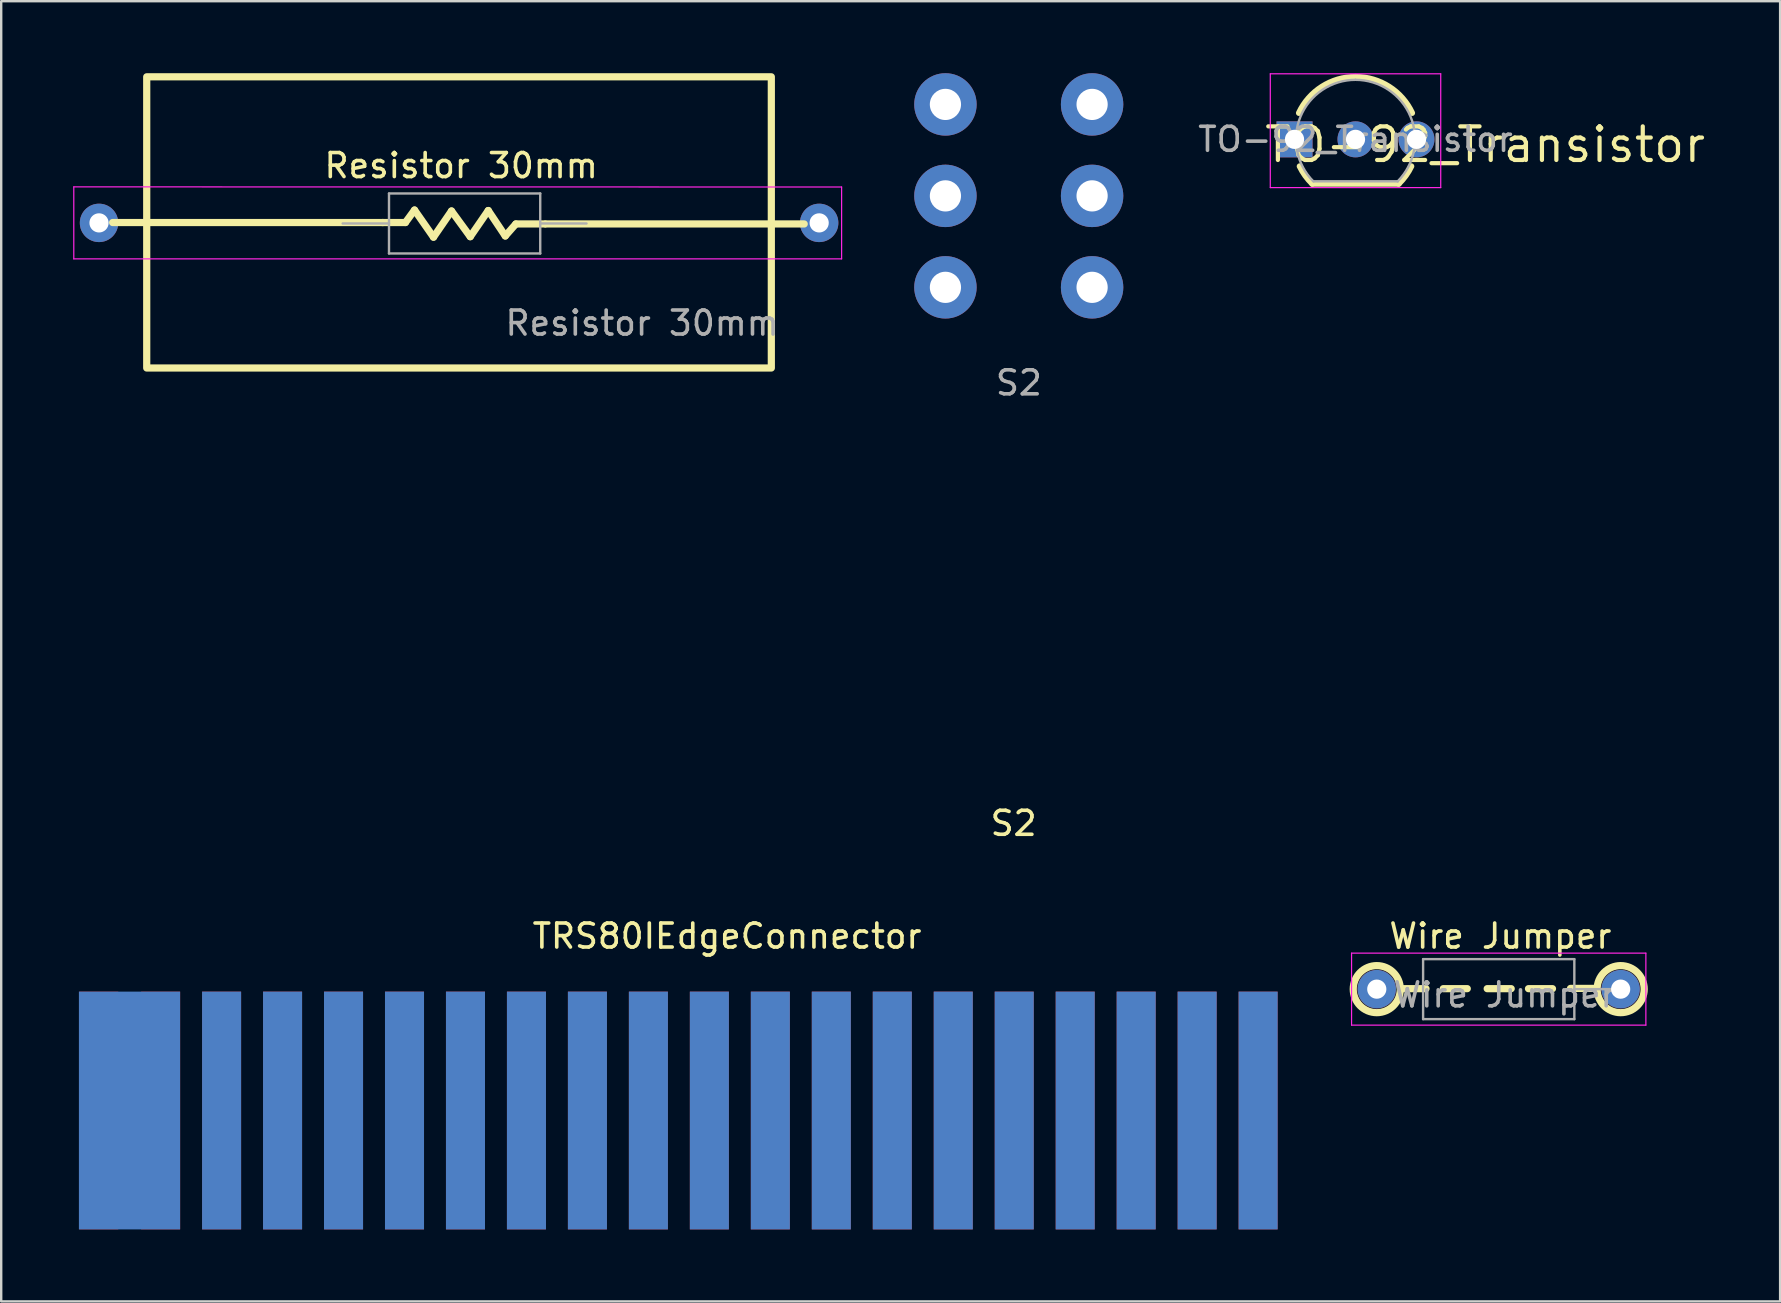
<source format=kicad_pcb>
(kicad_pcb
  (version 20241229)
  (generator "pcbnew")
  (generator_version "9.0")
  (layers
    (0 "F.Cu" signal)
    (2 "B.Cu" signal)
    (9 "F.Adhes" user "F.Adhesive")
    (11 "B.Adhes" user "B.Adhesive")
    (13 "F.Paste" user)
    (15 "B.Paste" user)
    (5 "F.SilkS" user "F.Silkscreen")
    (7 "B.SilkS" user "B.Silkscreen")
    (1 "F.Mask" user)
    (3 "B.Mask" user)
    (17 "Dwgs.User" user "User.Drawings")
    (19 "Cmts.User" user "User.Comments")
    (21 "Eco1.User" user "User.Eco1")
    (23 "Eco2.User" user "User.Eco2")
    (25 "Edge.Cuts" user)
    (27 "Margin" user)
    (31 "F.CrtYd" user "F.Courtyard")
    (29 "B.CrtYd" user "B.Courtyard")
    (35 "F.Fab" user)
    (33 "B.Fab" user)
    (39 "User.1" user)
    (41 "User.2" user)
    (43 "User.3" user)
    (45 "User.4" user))
  (footprint "TO-92_Transistor"
    (layer "F.Cu")
    (at 50.878 2.755)
    (property "Reference" "TO-92_Transistor" (at 7.94 0.22 0) (layer "F.SilkS") (effects (font (size 1.4 1.4) (thickness 0.175))))
    (attr through_hole)
    (fp_line (start 0.74 1.85) (end 4.34 1.85) (stroke (width 0.25) (type solid)) (layer "F.SilkS"))
    (fp_arc (start 0.1836 -1.098807) (mid 1.143021 -2.192817) (end 2.54 -2.6) (stroke (width 0.25) (type solid)) (layer "F.SilkS"))
    (fp_arc (start 0.74 1.85) (mid 0.446097 1.509328) (end 0.215816 1.122795) (stroke (width 0.25) (type solid)) (layer "F.SilkS"))
    (fp_arc (start 2.54 -2.6) (mid 3.936979 -2.192818) (end 4.8964 -1.098807) (stroke (width 0.25) (type solid)) (layer "F.SilkS"))
    (fp_arc (start 4.864184 1.122795) (mid 4.633903 1.509328) (end 4.34 1.85) (stroke (width 0.25) (type solid)) (layer "F.SilkS"))
    (fp_line (start -1.01 -2.73) (end -1.01 2.01) (stroke (width 0.05) (type solid)) (layer "F.CrtYd"))
    (fp_line (start -1.01 -2.73) (end 6.09 -2.73) (stroke (width 0.05) (type solid)) (layer "F.CrtYd"))
    (fp_line (start 6.09 2.01) (end -1.01 2.01) (stroke (width 0.05) (type solid)) (layer "F.CrtYd"))
    (fp_line (start 6.09 2.01) (end 6.09 -2.73) (stroke (width 0.05) (type solid)) (layer "F.CrtYd"))
    (fp_line (start 0.8 1.75) (end 4.3 1.75) (stroke (width 0.1) (type solid)) (layer "F.Fab"))
    (fp_arc (start 0.786375 1.753625) (mid 0.248779 -0.949055) (end 2.54 -2.48) (stroke (width 0.1) (type solid)) (layer "F.Fab"))
    (fp_arc (start 2.54 -2.48) (mid 4.831221 -0.949055) (end 4.293625 1.753625) (stroke (width 0.1) (type solid)) (layer "F.Fab"))
    (fp_text user "${REFERENCE}" (at 2.54 0 0) (layer "F.Fab") (effects (font (size 1 1) (thickness 0.15))))
    (pad "1" thru_hole rect (at 0 0) (size 1.5 1.5) (drill 0.8) (layers "*.Cu" "*.Mask"))
    (pad "2" thru_hole circle (at 2.54 0) (size 1.5 1.5) (drill 0.8) (layers "*.Cu" "*.Mask"))
    (pad "3" thru_hole circle (at 5.08 0) (size 1.5 1.5) (drill 0.8) (layers "*.Cu" "*.Mask")))
  (footprint "TRS80IEdgeConnector"
    (layer "F.Cu")
    (at 0.25 38.259)
    (property "Reference" "TRS80IEdgeConnector" (at 26.988 -2.313 0) (unlocked yes) (layer "F.SilkS") (effects (font (size 1 1) (thickness 0.15))))
    (attr through_hole)
    (pad "1" connect rect (at 49.111 4.953 180) (size 1.626 9.906) (layers "B.Cu" "B.Mask"))
    (pad "2" connect rect (at 49.111 4.953) (size 1.626 9.906) (layers "F.Cu" "F.Mask"))
    (pad "3" connect rect (at 46.571 4.953 180) (size 1.626 9.906) (layers "B.Cu" "B.Mask"))
    (pad "4" connect rect (at 46.571 4.953) (size 1.626 9.906) (layers "F.Cu" "F.Mask"))
    (pad "5" connect rect (at 44.031 4.953 180) (size 1.626 9.906) (layers "B.Cu" "B.Mask"))
    (pad "6" connect rect (at 44.031 4.953) (size 1.626 9.906) (layers "F.Cu" "F.Mask"))
    (pad "7" connect rect (at 41.491 4.953 180) (size 1.626 9.906) (layers "B.Cu" "B.Mask"))
    (pad "8" connect rect (at 41.491 4.953) (size 1.626 9.906) (layers "F.Cu" "F.Mask"))
    (pad "9" connect rect (at 38.951 4.953 180) (size 1.626 9.906) (layers "B.Cu" "B.Mask"))
    (pad "10" connect rect (at 38.951 4.953) (size 1.626 9.906) (layers "F.Cu" "F.Mask"))
    (pad "11" connect rect (at 36.411 4.953 180) (size 1.626 9.906) (layers "B.Cu" "B.Mask"))
    (pad "12" connect rect (at 36.411 4.953) (size 1.626 9.906) (layers "F.Cu" "F.Mask"))
    (pad "13" connect rect (at 33.871 4.953 180) (size 1.626 9.906) (layers "B.Cu" "B.Mask"))
    (pad "14" connect rect (at 33.871 4.953) (size 1.626 9.906) (layers "F.Cu" "F.Mask"))
    (pad "15" connect rect (at 31.331 4.953 180) (size 1.626 9.906) (layers "B.Cu" "B.Mask"))
    (pad "16" connect rect (at 31.331 4.953) (size 1.626 9.906) (layers "F.Cu" "F.Mask"))
    (pad "17" connect rect (at 28.791 4.953 180) (size 1.626 9.906) (layers "B.Cu" "B.Mask"))
    (pad "18" connect rect (at 28.791 4.953) (size 1.626 9.906) (layers "F.Cu" "F.Mask"))
    (pad "19" connect rect (at 26.251 4.953 180) (size 1.626 9.906) (layers "B.Cu" "B.Mask"))
    (pad "20" connect rect (at 26.251 4.953) (size 1.626 9.906) (layers "F.Cu" "F.Mask"))
    (pad "21" connect rect (at 23.711 4.953 180) (size 1.626 9.906) (layers "B.Cu" "B.Mask"))
    (pad "22" connect rect (at 23.711 4.953) (size 1.626 9.906) (layers "F.Cu" "F.Mask"))
    (pad "23" connect rect (at 21.171 4.953 180) (size 1.626 9.906) (layers "B.Cu" "B.Mask"))
    (pad "24" connect rect (at 21.171 4.953) (size 1.626 9.906) (layers "F.Cu" "F.Mask"))
    (pad "25" connect rect (at 18.631 4.953 180) (size 1.626 9.906) (layers "B.Cu" "B.Mask"))
    (pad "26" connect rect (at 18.631 4.953) (size 1.626 9.906) (layers "F.Cu" "F.Mask"))
    (pad "27" connect rect (at 16.091 4.953 180) (size 1.626 9.906) (layers "B.Cu" "B.Mask"))
    (pad "28" connect rect (at 16.091 4.953) (size 1.626 9.906) (layers "F.Cu" "F.Mask"))
    (pad "29" connect rect (at 13.551 4.953 180) (size 1.626 9.906) (layers "B.Cu" "B.Mask"))
    (pad "30" connect rect (at 13.551 4.953) (size 1.626 9.906) (layers "F.Cu" "F.Mask"))
    (pad "31" connect rect (at 11.011 4.953 180) (size 1.626 9.906) (layers "B.Cu" "B.Mask"))
    (pad "32" connect rect (at 11.011 4.953) (size 1.626 9.906) (layers "F.Cu" "F.Mask"))
    (pad "33" connect rect (at 8.471 4.953 180) (size 1.626 9.906) (layers "B.Cu" "B.Mask"))
    (pad "34" connect rect (at 8.471 4.953) (size 1.626 9.906) (layers "F.Cu" "F.Mask"))
    (pad "35" connect rect (at 5.931 4.953 180) (size 1.626 9.906) (layers "B.Cu" "B.Mask"))
    (pad "36" connect rect (at 5.931 4.953) (size 1.626 9.906) (layers "F.Cu" "F.Mask"))
    (pad "37" connect rect (at 2.095 4.953 180) (size 4.216 9.906) (layers "B.Cu" "B.Mask"))
    (pad "38" connect rect (at 3.391 4.953) (size 1.626 9.906) (layers "F.Cu" "F.Mask"))
    (pad "40" connect rect (at 0.813 4.953) (size 1.626 9.906) (layers "F.Cu" "F.Mask")))
  (footprint "Wire Jumper"
    (layer "F.Cu")
    (at 59.464 38.136)
    (property "Reference" "Wire Jumper" (at -0.01 -2.19 0) (unlocked yes) (layer "F.SilkS") (effects (font (size 1 1) (thickness 0.15))))
    (attr through_hole)
    (fp_line (start -4.11 0) (end -3.11 0) (stroke (width 0.3) (type default)) (layer "F.SilkS"))
    (fp_line (start -2.39 0) (end -1.39 0) (stroke (width 0.3) (type default)) (layer "F.SilkS"))
    (fp_line (start -0.56 0) (end 0.44 0) (stroke (width 0.3) (type default)) (layer "F.SilkS"))
    (fp_line (start 1.16 0) (end 2.16 0) (stroke (width 0.3) (type default)) (layer "F.SilkS"))
    (fp_line (start 2.91 -0.01) (end 3.91 -0.01) (stroke (width 0.3) (type default)) (layer "F.SilkS"))
    (fp_circle (center -5.16 0.02) (end -4.18 0.02) (stroke (width 0.3) (type default)) (fill no) (layer "F.SilkS"))
    (fp_circle (center 5 0.02) (end 5.98 0.02) (stroke (width 0.3) (type default)) (fill no) (layer "F.SilkS"))
    (fp_line (start -6.21 -1.48) (end -6.21 1.52) (stroke (width 0.05) (type solid)) (layer "F.CrtYd"))
    (fp_line (start -6.21 1.52) (end 6.05 1.52) (stroke (width 0.05) (type solid)) (layer "F.CrtYd"))
    (fp_line (start 6.05 -1.48) (end -6.21 -1.48) (stroke (width 0.05) (type solid)) (layer "F.CrtYd"))
    (fp_line (start 6.05 1.52) (end 6.05 -1.48) (stroke (width 0.05) (type solid)) (layer "F.CrtYd"))
    (fp_line (start -3.23 -1.23) (end -3.23 1.27) (stroke (width 0.1) (type solid)) (layer "F.Fab"))
    (fp_line (start -3.23 1.27) (end 3.07 1.27) (stroke (width 0.1) (type solid)) (layer "F.Fab"))
    (fp_line (start 3.07 -1.23) (end -3.23 -1.23) (stroke (width 0.1) (type solid)) (layer "F.Fab"))
    (fp_line (start 3.07 1.27) (end 3.07 -1.23) (stroke (width 0.1) (type solid)) (layer "F.Fab"))
    (fp_line (start 5 0.02) (end 3.07 0.02) (stroke (width 0.1) (type solid)) (layer "F.Fab"))
    (fp_text user "${REFERENCE}" (at 0.16 0.26 0) (unlocked yes) (layer "F.Fab") (effects (font (size 1 1) (thickness 0.15))))
    (pad "1" thru_hole circle (at -5.16 0.02) (size 1.6 1.6) (drill 0.8) (layers "*.Cu" "*.Mask"))
    (pad "2" thru_hole oval (at 5 0.02) (size 1.6 1.6) (drill 0.8) (layers "*.Cu" "*.Mask")))
  (footprint "Resistor 30mm"
    (layer "F.Cu")
    (at 16.102 6.18)
    (property "Reference" "Resistor 30mm" (at 0.06 -2.33 0) (unlocked yes) (layer "F.SilkS") (effects (font (size 1 1) (thickness 0.15))))
    (attr through_hole)
    (fp_line (start -3.223 0.04) (end -2.263 0.04) (stroke (width 0.3) (type default)) (layer "F.SilkS"))
    (fp_line (start -3.197 0.04) (end -14.46 0.04) (stroke (width 0.3) (type default)) (layer "F.SilkS"))
    (fp_line (start -2.263 0.04) (end -1.883 -0.48) (stroke (width 0.3) (type default)) (layer "F.SilkS"))
    (fp_line (start -1.883 -0.48) (end -1.093 0.65) (stroke (width 0.3) (type default)) (layer "F.SilkS"))
    (fp_line (start -1.093 0.65) (end -0.343 -0.44) (stroke (width 0.3) (type default)) (layer "F.SilkS"))
    (fp_line (start -0.343 -0.44) (end 0.438 0.63) (stroke (width 0.3) (type default)) (layer "F.SilkS"))
    (fp_line (start 0.438 0.63) (end 1.188 -0.46) (stroke (width 0.3) (type default)) (layer "F.SilkS"))
    (fp_line (start 1.188 -0.46) (end 1.897 0.6) (stroke (width 0.3) (type default)) (layer "F.SilkS"))
    (fp_line (start 1.897 0.6) (end 2.337 0.1) (stroke (width 0.3) (type default)) (layer "F.SilkS"))
    (fp_line (start 2.337 0.1) (end 3.547 0.1) (stroke (width 0.3) (type default)) (layer "F.SilkS"))
    (fp_line (start 3.583 0.1) (end 14.35 0.1) (stroke (width 0.3) (type default)) (layer "F.SilkS"))
    (fp_rect (start -13.04 -6.03) (end 12.98 6.1) (stroke (width 0.3) (type default)) (fill no) (layer "F.SilkS"))
    (fp_line (start -16.078 -1.445) (end -16.078 1.555) (stroke (width 0.05) (type solid)) (layer "F.CrtYd"))
    (fp_line (start -16.078 1.555) (end 15.908 1.555) (stroke (width 0.05) (type solid)) (layer "F.CrtYd"))
    (fp_line (start 15.908 -1.44) (end -16.078 -1.445) (stroke (width 0.05) (type solid)) (layer "F.CrtYd"))
    (fp_line (start 15.908 1.555) (end 15.908 -1.44) (stroke (width 0.05) (type solid)) (layer "F.CrtYd"))
    (fp_line (start -4.878 0.08) (end -2.947 0.08) (stroke (width 0.1) (type solid)) (layer "F.Fab"))
    (fp_line (start -2.947 -1.17) (end -2.947 1.33) (stroke (width 0.1) (type solid)) (layer "F.Fab"))
    (fp_line (start -2.947 1.33) (end 3.353 1.33) (stroke (width 0.1) (type solid)) (layer "F.Fab"))
    (fp_line (start 3.353 -1.17) (end -2.947 -1.17) (stroke (width 0.1) (type solid)) (layer "F.Fab"))
    (fp_line (start 3.353 1.33) (end 3.353 -1.17) (stroke (width 0.1) (type solid)) (layer "F.Fab"))
    (fp_line (start 5.282 0.08) (end 3.353 0.08) (stroke (width 0.1) (type solid)) (layer "F.Fab"))
    (fp_text user "${REFERENCE}" (at 7.6 4.23 0) (unlocked yes) (layer "F.Fab") (effects (font (size 1 1) (thickness 0.15))))
    (pad "1" thru_hole circle (at -15.027 0.055) (size 1.6 1.6) (drill 0.8) (layers "*.Cu" "*.Mask"))
    (pad "2" thru_hole oval (at 14.973 0.055) (size 1.6 1.6) (drill 0.8) (layers "*.Cu" "*.Mask")))
  (footprint "S2"
    (layer "F.Cu")
    (at 39.395 10.4)
    (property "Reference" "S2" (at -0.22 20.85 0) (unlocked yes) (layer "F.SilkS") (effects (font (size 1 1) (thickness 0.15))))
    (attr through_hole)
    (fp_text user "${REFERENCE}" (at 0 2.5 0) (unlocked yes) (layer "F.Fab") (effects (font (size 1 1) (thickness 0.15))))
    (pad "1" thru_hole circle (at -3.06 -9.1) (size 2.6 2.6) (drill 1.3) (layers "*.Cu" "*.Mask"))
    (pad "1" thru_hole circle (at -3.06 -5.29) (size 2.6 2.6) (drill 1.3) (layers "*.Cu" "*.Mask"))
    (pad "1" thru_hole circle (at 3.05 -9.1) (size 2.6 2.6) (drill 1.3) (layers "*.Cu" "*.Mask"))
    (pad "1" thru_hole circle (at 3.05 -5.29) (size 2.6 2.6) (drill 1.3) (layers "*.Cu" "*.Mask"))
    (pad "1" thru_hole circle (at 3.05 -1.48) (size 2.6 2.6) (drill 1.3) (layers "*.Cu" "*.Mask"))
    (pad "2" thru_hole circle (at -3.06 -1.48) (size 2.6 2.6) (drill 1.3) (layers "*.Cu" "*.Mask")))
  (gr_rect
    (start -3 -3)
    (end 71.107 51.165)
    (stroke (width 0.1) (type default))
    (fill no)
    (layer "Edge.Cuts")))
</source>
